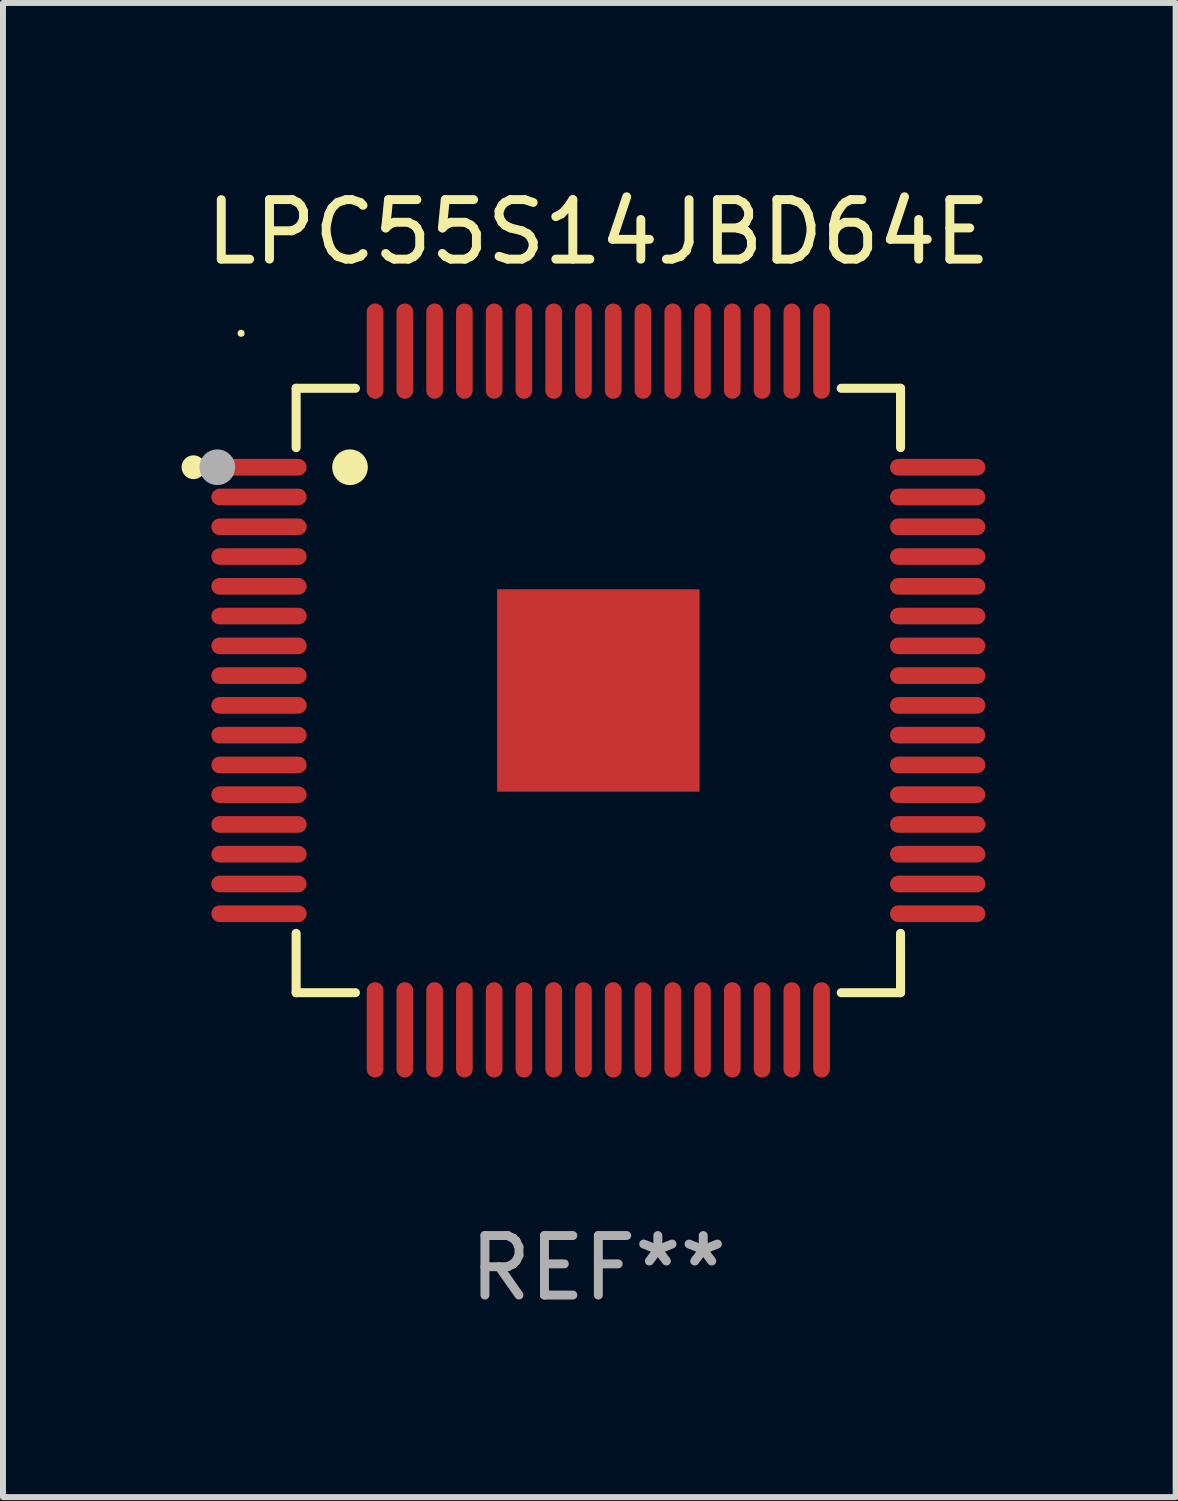
<source format=kicad_pcb>
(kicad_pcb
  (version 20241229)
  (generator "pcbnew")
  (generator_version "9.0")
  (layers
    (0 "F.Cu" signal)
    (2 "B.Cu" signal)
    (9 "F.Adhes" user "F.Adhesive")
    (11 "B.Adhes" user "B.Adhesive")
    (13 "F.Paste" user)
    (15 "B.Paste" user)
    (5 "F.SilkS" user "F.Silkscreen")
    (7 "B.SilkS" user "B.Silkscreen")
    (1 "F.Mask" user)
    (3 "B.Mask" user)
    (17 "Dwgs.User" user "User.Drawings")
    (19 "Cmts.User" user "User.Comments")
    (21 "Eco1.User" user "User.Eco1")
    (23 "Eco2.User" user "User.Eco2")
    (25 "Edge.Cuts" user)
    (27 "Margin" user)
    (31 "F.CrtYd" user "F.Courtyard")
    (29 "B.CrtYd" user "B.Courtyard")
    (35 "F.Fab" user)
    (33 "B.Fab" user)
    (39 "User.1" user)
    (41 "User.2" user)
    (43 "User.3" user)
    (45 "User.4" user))
  (footprint "LPC55S14JBD64E"
    (layer "F.Cu")
    (at 7 8.548)
    (property "Reference" "LPC55S14JBD64E" (at 0 -7.7 0) (layer "F.SilkS") (effects (font (size 1 1) (thickness 0.15))))
    (attr through_hole)
    (fp_line (start -5.076 -5.076) (end -5.076 -4.08) (stroke (width 0.152) (type solid)) (layer "F.SilkS"))
    (fp_line (start -5.076 5.076) (end -5.076 4.08) (stroke (width 0.152) (type solid)) (layer "F.SilkS"))
    (fp_line (start -4.08 -5.076) (end -5.076 -5.076) (stroke (width 0.152) (type solid)) (layer "F.SilkS"))
    (fp_line (start -4.08 5.076) (end -5.076 5.076) (stroke (width 0.152) (type solid)) (layer "F.SilkS"))
    (fp_line (start 4.08 -5.076) (end 5.076 -5.076) (stroke (width 0.152) (type solid)) (layer "F.SilkS"))
    (fp_line (start 4.08 5.076) (end 5.076 5.076) (stroke (width 0.152) (type solid)) (layer "F.SilkS"))
    (fp_line (start 5.076 -5.076) (end 5.076 -4.08) (stroke (width 0.152) (type solid)) (layer "F.SilkS"))
    (fp_line (start 5.076 5.076) (end 5.076 4.08) (stroke (width 0.152) (type solid)) (layer "F.SilkS"))
    (fp_circle (center -6.8 -3.75) (end -6.7 -3.75) (stroke (width 0.2) (type solid)) (fill no) (layer "F.SilkS"))
    (fp_circle (center -6 -6) (end -5.97 -6) (stroke (width 0.06) (type solid)) (fill no) (layer "F.SilkS"))
    (fp_circle (center -4.171 -3.75) (end -4.021 -3.75) (stroke (width 0.3) (type solid)) (fill no) (layer "F.SilkS"))
    (fp_circle (center -6.4 -3.75) (end -6.25 -3.75) (stroke (width 0.3) (type solid)) (fill no) (layer "F.Fab"))
    (fp_text user "REF**" (at 0 9.7 0) (layer "F.Fab") (effects (font (size 1 1) (thickness 0.15))))
    (pad "1" smd oval (at -5.7 -3.75 270) (size 0.28 1.6) (layers "F.Cu" "F.Mask" "F.Paste"))
    (pad "2" smd oval (at -5.7 -3.25 270) (size 0.28 1.6) (layers "F.Cu" "F.Mask" "F.Paste"))
    (pad "3" smd oval (at -5.7 -2.75 270) (size 0.28 1.6) (layers "F.Cu" "F.Mask" "F.Paste"))
    (pad "4" smd oval (at -5.7 -2.25 270) (size 0.28 1.6) (layers "F.Cu" "F.Mask" "F.Paste"))
    (pad "5" smd oval (at -5.7 -1.75 270) (size 0.28 1.6) (layers "F.Cu" "F.Mask" "F.Paste"))
    (pad "6" smd oval (at -5.7 -1.25 270) (size 0.28 1.6) (layers "F.Cu" "F.Mask" "F.Paste"))
    (pad "7" smd oval (at -5.7 -0.75 270) (size 0.28 1.6) (layers "F.Cu" "F.Mask" "F.Paste"))
    (pad "8" smd oval (at -5.7 -0.25 270) (size 0.28 1.6) (layers "F.Cu" "F.Mask" "F.Paste"))
    (pad "9" smd oval (at -5.7 0.25 270) (size 0.28 1.6) (layers "F.Cu" "F.Mask" "F.Paste"))
    (pad "10" smd oval (at -5.7 0.75 270) (size 0.28 1.6) (layers "F.Cu" "F.Mask" "F.Paste"))
    (pad "11" smd oval (at -5.7 1.25 270) (size 0.28 1.6) (layers "F.Cu" "F.Mask" "F.Paste"))
    (pad "12" smd oval (at -5.7 1.75 270) (size 0.28 1.6) (layers "F.Cu" "F.Mask" "F.Paste"))
    (pad "13" smd oval (at -5.7 2.25 270) (size 0.28 1.6) (layers "F.Cu" "F.Mask" "F.Paste"))
    (pad "14" smd oval (at -5.7 2.75 270) (size 0.28 1.6) (layers "F.Cu" "F.Mask" "F.Paste"))
    (pad "15" smd oval (at -5.7 3.25 270) (size 0.28 1.6) (layers "F.Cu" "F.Mask" "F.Paste"))
    (pad "16" smd oval (at -5.7 3.75 270) (size 0.28 1.6) (layers "F.Cu" "F.Mask" "F.Paste"))
    (pad "17" smd oval (at -3.75 5.7 270) (size 1.6 0.28) (layers "F.Cu" "F.Mask" "F.Paste"))
    (pad "18" smd oval (at -3.25 5.7 270) (size 1.6 0.28) (layers "F.Cu" "F.Mask" "F.Paste"))
    (pad "19" smd oval (at -2.75 5.7 270) (size 1.6 0.28) (layers "F.Cu" "F.Mask" "F.Paste"))
    (pad "20" smd oval (at -2.25 5.7 270) (size 1.6 0.28) (layers "F.Cu" "F.Mask" "F.Paste"))
    (pad "21" smd oval (at -1.75 5.7 270) (size 1.6 0.28) (layers "F.Cu" "F.Mask" "F.Paste"))
    (pad "22" smd oval (at -1.25 5.7 270) (size 1.6 0.28) (layers "F.Cu" "F.Mask" "F.Paste"))
    (pad "23" smd oval (at -0.75 5.7 270) (size 1.6 0.28) (layers "F.Cu" "F.Mask" "F.Paste"))
    (pad "24" smd oval (at -0.25 5.7 270) (size 1.6 0.28) (layers "F.Cu" "F.Mask" "F.Paste"))
    (pad "25" smd oval (at 0.25 5.7 270) (size 1.6 0.28) (layers "F.Cu" "F.Mask" "F.Paste"))
    (pad "26" smd oval (at 0.75 5.7 270) (size 1.6 0.28) (layers "F.Cu" "F.Mask" "F.Paste"))
    (pad "27" smd oval (at 1.25 5.7 270) (size 1.6 0.28) (layers "F.Cu" "F.Mask" "F.Paste"))
    (pad "28" smd oval (at 1.75 5.7 270) (size 1.6 0.28) (layers "F.Cu" "F.Mask" "F.Paste"))
    (pad "29" smd oval (at 2.25 5.7 270) (size 1.6 0.28) (layers "F.Cu" "F.Mask" "F.Paste"))
    (pad "30" smd oval (at 2.75 5.7 270) (size 1.6 0.28) (layers "F.Cu" "F.Mask" "F.Paste"))
    (pad "31" smd oval (at 3.25 5.7 270) (size 1.6 0.28) (layers "F.Cu" "F.Mask" "F.Paste"))
    (pad "32" smd oval (at 3.75 5.7 270) (size 1.6 0.28) (layers "F.Cu" "F.Mask" "F.Paste"))
    (pad "33" smd oval (at 5.7 3.75 270) (size 0.28 1.6) (layers "F.Cu" "F.Mask" "F.Paste"))
    (pad "34" smd oval (at 5.7 3.25 270) (size 0.28 1.6) (layers "F.Cu" "F.Mask" "F.Paste"))
    (pad "35" smd oval (at 5.7 2.75 270) (size 0.28 1.6) (layers "F.Cu" "F.Mask" "F.Paste"))
    (pad "36" smd oval (at 5.7 2.25 270) (size 0.28 1.6) (layers "F.Cu" "F.Mask" "F.Paste"))
    (pad "37" smd oval (at 5.7 1.75 270) (size 0.28 1.6) (layers "F.Cu" "F.Mask" "F.Paste"))
    (pad "38" smd oval (at 5.7 1.25 270) (size 0.28 1.6) (layers "F.Cu" "F.Mask" "F.Paste"))
    (pad "39" smd oval (at 5.7 0.75 270) (size 0.28 1.6) (layers "F.Cu" "F.Mask" "F.Paste"))
    (pad "40" smd oval (at 5.7 0.25 270) (size 0.28 1.6) (layers "F.Cu" "F.Mask" "F.Paste"))
    (pad "41" smd oval (at 5.7 -0.25 270) (size 0.28 1.6) (layers "F.Cu" "F.Mask" "F.Paste"))
    (pad "42" smd oval (at 5.7 -0.75 270) (size 0.28 1.6) (layers "F.Cu" "F.Mask" "F.Paste"))
    (pad "43" smd oval (at 5.7 -1.25 270) (size 0.28 1.6) (layers "F.Cu" "F.Mask" "F.Paste"))
    (pad "44" smd oval (at 5.7 -1.75 270) (size 0.28 1.6) (layers "F.Cu" "F.Mask" "F.Paste"))
    (pad "45" smd oval (at 5.7 -2.25 270) (size 0.28 1.6) (layers "F.Cu" "F.Mask" "F.Paste"))
    (pad "46" smd oval (at 5.7 -2.75 270) (size 0.28 1.6) (layers "F.Cu" "F.Mask" "F.Paste"))
    (pad "47" smd oval (at 5.7 -3.25 270) (size 0.28 1.6) (layers "F.Cu" "F.Mask" "F.Paste"))
    (pad "48" smd oval (at 5.7 -3.75 270) (size 0.28 1.6) (layers "F.Cu" "F.Mask" "F.Paste"))
    (pad "49" smd oval (at 3.75 -5.7 270) (size 1.6 0.28) (layers "F.Cu" "F.Mask" "F.Paste"))
    (pad "50" smd oval (at 3.25 -5.7 270) (size 1.6 0.28) (layers "F.Cu" "F.Mask" "F.Paste"))
    (pad "51" smd oval (at 2.75 -5.7 270) (size 1.6 0.28) (layers "F.Cu" "F.Mask" "F.Paste"))
    (pad "52" smd oval (at 2.25 -5.7 270) (size 1.6 0.28) (layers "F.Cu" "F.Mask" "F.Paste"))
    (pad "53" smd oval (at 1.75 -5.7 270) (size 1.6 0.28) (layers "F.Cu" "F.Mask" "F.Paste"))
    (pad "54" smd oval (at 1.25 -5.7 270) (size 1.6 0.28) (layers "F.Cu" "F.Mask" "F.Paste"))
    (pad "55" smd oval (at 0.75 -5.7 270) (size 1.6 0.28) (layers "F.Cu" "F.Mask" "F.Paste"))
    (pad "56" smd oval (at 0.25 -5.7 270) (size 1.6 0.28) (layers "F.Cu" "F.Mask" "F.Paste"))
    (pad "57" smd oval (at -0.25 -5.7 270) (size 1.6 0.28) (layers "F.Cu" "F.Mask" "F.Paste"))
    (pad "58" smd oval (at -0.75 -5.7 270) (size 1.6 0.28) (layers "F.Cu" "F.Mask" "F.Paste"))
    (pad "59" smd oval (at -1.25 -5.7 270) (size 1.6 0.28) (layers "F.Cu" "F.Mask" "F.Paste"))
    (pad "60" smd oval (at -1.75 -5.7 270) (size 1.6 0.28) (layers "F.Cu" "F.Mask" "F.Paste"))
    (pad "61" smd oval (at -2.25 -5.7 270) (size 1.6 0.28) (layers "F.Cu" "F.Mask" "F.Paste"))
    (pad "62" smd oval (at -2.75 -5.7 270) (size 1.6 0.28) (layers "F.Cu" "F.Mask" "F.Paste"))
    (pad "63" smd oval (at -3.25 -5.7 270) (size 1.6 0.28) (layers "F.Cu" "F.Mask" "F.Paste"))
    (pad "64" smd oval (at -3.75 -5.7 270) (size 1.6 0.28) (layers "F.Cu" "F.Mask" "F.Paste"))
    (pad "65" smd rect (at 0 0 270) (size 3.4 3.4) (layers "F.Cu" "F.Mask" "F.Paste")))
  (gr_rect
    (start -3 -3)
    (end 16.697 22.097)
    (stroke (width 0.1) (type default))
    (fill no)
    (layer "Edge.Cuts")))
</source>
